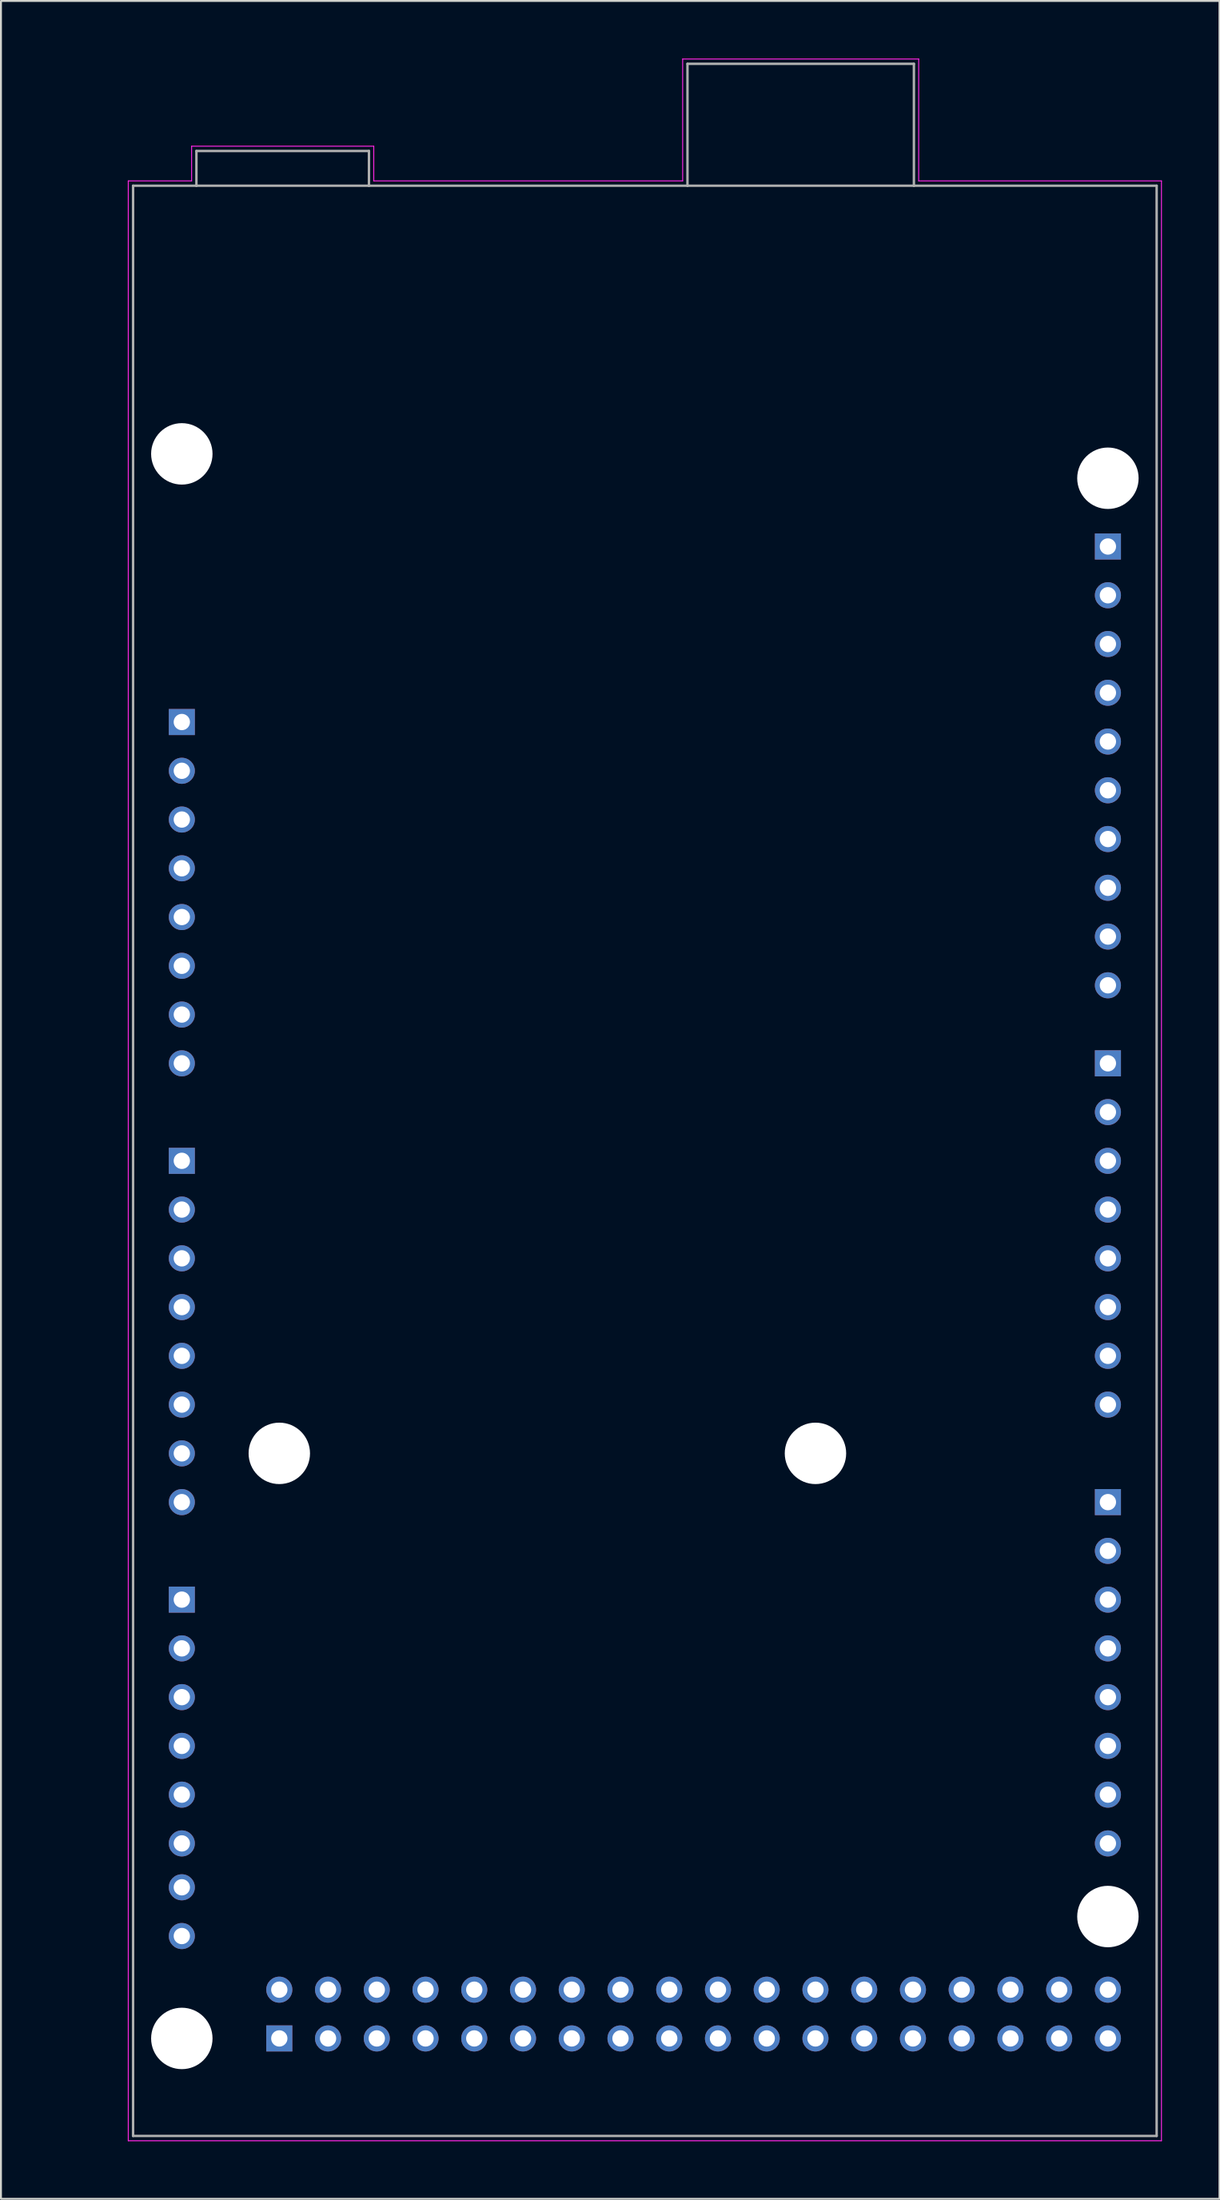
<source format=kicad_pcb>
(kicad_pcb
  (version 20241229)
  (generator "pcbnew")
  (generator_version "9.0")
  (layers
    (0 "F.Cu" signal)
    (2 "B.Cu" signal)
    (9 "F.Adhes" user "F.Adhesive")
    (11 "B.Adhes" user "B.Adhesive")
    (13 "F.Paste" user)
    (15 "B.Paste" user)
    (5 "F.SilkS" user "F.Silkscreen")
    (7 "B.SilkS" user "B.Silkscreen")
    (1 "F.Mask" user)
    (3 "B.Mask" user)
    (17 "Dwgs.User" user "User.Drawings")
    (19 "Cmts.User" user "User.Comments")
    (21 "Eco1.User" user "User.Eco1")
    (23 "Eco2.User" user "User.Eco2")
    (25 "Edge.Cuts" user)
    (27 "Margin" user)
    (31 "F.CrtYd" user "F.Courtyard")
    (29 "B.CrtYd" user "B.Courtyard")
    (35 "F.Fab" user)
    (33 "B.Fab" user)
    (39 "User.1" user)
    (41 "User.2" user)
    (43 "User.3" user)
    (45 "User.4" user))
  (footprint "ARDUINO_A000067"
    (layer "F.Cu")
    (at 30.555 57.425)
    (property "Reference" "ARDUINO_A000067" (at -23.525 -53.945 0) (layer "User.1") (effects (font (size 1 1) (thickness 0.15))))
    (attr through_hole)
    (fp_line (start -26.92 -51.05) (end -23.62 -51.05) (stroke (width 0.05) (type solid)) (layer "F.CrtYd"))
    (fp_line (start -26.92 51.05) (end -26.92 -51.05) (stroke (width 0.05) (type solid)) (layer "F.CrtYd"))
    (fp_line (start -23.62 -52.86) (end -14.128 -52.86) (stroke (width 0.05) (type solid)) (layer "F.CrtYd"))
    (fp_line (start -23.62 -51.05) (end -23.62 -52.86) (stroke (width 0.05) (type solid)) (layer "F.CrtYd"))
    (fp_line (start -14.128 -52.86) (end -14.128 -51.05) (stroke (width 0.05) (type solid)) (layer "F.CrtYd"))
    (fp_line (start -14.128 -51.05) (end 1.97 -51.05) (stroke (width 0.05) (type solid)) (layer "F.CrtYd"))
    (fp_line (start 1.97 -57.4) (end 14.27 -57.4) (stroke (width 0.05) (type solid)) (layer "F.CrtYd"))
    (fp_line (start 1.97 -51.05) (end 1.97 -57.4) (stroke (width 0.05) (type solid)) (layer "F.CrtYd"))
    (fp_line (start 14.27 -57.4) (end 14.27 -51.05) (stroke (width 0.05) (type solid)) (layer "F.CrtYd"))
    (fp_line (start 14.27 -51.05) (end 26.92 -51.05) (stroke (width 0.05) (type solid)) (layer "F.CrtYd"))
    (fp_line (start 26.92 -51.05) (end 26.92 51.05) (stroke (width 0.05) (type solid)) (layer "F.CrtYd"))
    (fp_line (start 26.92 51.05) (end -26.92 51.05) (stroke (width 0.05) (type solid)) (layer "F.CrtYd"))
    (fp_line (start -26.67 -50.8) (end -23.37 -50.8) (stroke (width 0.127) (type solid)) (layer "F.Fab"))
    (fp_line (start -26.67 50.8) (end -26.67 -50.8) (stroke (width 0.127) (type solid)) (layer "F.Fab"))
    (fp_line (start -23.37 -52.61) (end -14.378 -52.61) (stroke (width 0.127) (type solid)) (layer "F.Fab"))
    (fp_line (start -23.37 -50.8) (end -23.37 -52.61) (stroke (width 0.127) (type solid)) (layer "F.Fab"))
    (fp_line (start -23.37 -50.8) (end -14.378 -50.8) (stroke (width 0.127) (type solid)) (layer "F.Fab"))
    (fp_line (start -14.378 -52.61) (end -14.378 -50.8) (stroke (width 0.127) (type solid)) (layer "F.Fab"))
    (fp_line (start -14.378 -50.8) (end 2.22 -50.8) (stroke (width 0.127) (type solid)) (layer "F.Fab"))
    (fp_line (start 2.22 -57.15) (end 2.22 -50.8) (stroke (width 0.127) (type solid)) (layer "F.Fab"))
    (fp_line (start 2.22 -50.8) (end 14.02 -50.8) (stroke (width 0.127) (type solid)) (layer "F.Fab"))
    (fp_line (start 14.02 -57.15) (end 2.22 -57.15) (stroke (width 0.127) (type solid)) (layer "F.Fab"))
    (fp_line (start 14.02 -50.8) (end 14.02 -57.15) (stroke (width 0.127) (type solid)) (layer "F.Fab"))
    (fp_line (start 14.02 -50.8) (end 26.67 -50.8) (stroke (width 0.127) (type solid)) (layer "F.Fab"))
    (fp_line (start 26.67 -50.8) (end 26.67 50.8) (stroke (width 0.127) (type solid)) (layer "F.Fab"))
    (fp_line (start 26.67 50.8) (end -26.67 50.8) (stroke (width 0.127) (type solid)) (layer "F.Fab"))
    (fp_line (start -26.67 -50.8) (end -23.37 -50.8) (stroke (width 0.127) (type solid)) (layer "User.1"))
    (fp_line (start -26.67 50.8) (end -26.67 -50.8) (stroke (width 0.127) (type solid)) (layer "User.1"))
    (fp_line (start -23.37 -52.61) (end -14.378 -52.61) (stroke (width 0.127) (type solid)) (layer "User.1"))
    (fp_line (start -23.37 -50.8) (end -23.37 -52.61) (stroke (width 0.127) (type solid)) (layer "User.1"))
    (fp_line (start -23.37 -50.8) (end -14.378 -50.8) (stroke (width 0.127) (type solid)) (layer "User.1"))
    (fp_line (start -14.378 -52.61) (end -14.378 -50.8) (stroke (width 0.127) (type solid)) (layer "User.1"))
    (fp_line (start -14.378 -50.8) (end 2.22 -50.8) (stroke (width 0.127) (type solid)) (layer "User.1"))
    (fp_line (start 2.22 -57.15) (end 2.22 -50.8) (stroke (width 0.127) (type solid)) (layer "User.1"))
    (fp_line (start 2.22 -50.8) (end 14.02 -50.8) (stroke (width 0.127) (type solid)) (layer "User.1"))
    (fp_line (start 14.02 -57.15) (end 2.22 -57.15) (stroke (width 0.127) (type solid)) (layer "User.1"))
    (fp_line (start 14.02 -50.8) (end 14.02 -57.15) (stroke (width 0.127) (type solid)) (layer "User.1"))
    (fp_line (start 14.02 -50.8) (end 26.67 -50.8) (stroke (width 0.127) (type solid)) (layer "User.1"))
    (fp_line (start 26.67 -50.8) (end 26.67 50.8) (stroke (width 0.127) (type solid)) (layer "User.1"))
    (fp_line (start 26.67 50.8) (end -26.67 50.8) (stroke (width 0.127) (type solid)) (layer "User.1"))
    (pad "" np_thru_hole circle (at -24.13 -36.83) (size 3.2 3.2) (drill 3.2) (layers "*.Cu" "*.Mask"))
    (pad "" np_thru_hole circle (at -24.13 45.72) (size 3.2 3.2) (drill 3.2) (layers "*.Cu" "*.Mask"))
    (pad "" np_thru_hole circle (at -19.05 15.24) (size 3.2 3.2) (drill 3.2) (layers "*.Cu" "*.Mask"))
    (pad "" np_thru_hole circle (at 8.89 15.24) (size 3.2 3.2) (drill 3.2) (layers "*.Cu" "*.Mask"))
    (pad "" np_thru_hole circle (at 24.13 -35.56) (size 3.2 3.2) (drill 3.2) (layers "*.Cu" "*.Mask"))
    (pad "" np_thru_hole circle (at 24.13 39.37) (size 3.2 3.2) (drill 3.2) (layers "*.Cu" "*.Mask"))
    (pad "0" thru_hole circle (at 24.13 12.7) (size 1.358 1.358) (drill 0.85) (layers "*.Cu" "*.Mask"))
    (pad "1" thru_hole circle (at 24.13 10.16) (size 1.358 1.358) (drill 0.85) (layers "*.Cu" "*.Mask"))
    (pad "2" thru_hole circle (at 24.13 7.62) (size 1.358 1.358) (drill 0.85) (layers "*.Cu" "*.Mask"))
    (pad "3" thru_hole circle (at 24.13 5.08) (size 1.358 1.358) (drill 0.85) (layers "*.Cu" "*.Mask"))
    (pad "3V3" thru_hole circle (at -24.13 -15.24) (size 1.358 1.358) (drill 0.85) (layers "*.Cu" "*.Mask"))
    (pad "4" thru_hole circle (at 24.13 2.54) (size 1.358 1.358) (drill 0.85) (layers "*.Cu" "*.Mask"))
    (pad "5" thru_hole circle (at 24.13 0) (size 1.358 1.358) (drill 0.85) (layers "*.Cu" "*.Mask"))
    (pad "5V_1" thru_hole circle (at -24.13 -12.7) (size 1.358 1.358) (drill 0.85) (layers "*.Cu" "*.Mask"))
    (pad "5V_2" thru_hole circle (at 24.13 43.18) (size 1.358 1.358) (drill 0.85) (layers "*.Cu" "*.Mask"))
    (pad "5V_3" thru_hole circle (at 24.13 45.72) (size 1.358 1.358) (drill 0.85) (layers "*.Cu" "*.Mask"))
    (pad "6" thru_hole circle (at 24.13 -2.54) (size 1.358 1.358) (drill 0.85) (layers "*.Cu" "*.Mask"))
    (pad "7" thru_hole rect (at 24.13 -5.08) (size 1.358 1.358) (drill 0.85) (layers "*.Cu" "*.Mask"))
    (pad "8" thru_hole circle (at 24.13 -9.144) (size 1.358 1.358) (drill 0.85) (layers "*.Cu" "*.Mask"))
    (pad "9" thru_hole circle (at 24.13 -11.684) (size 1.358 1.358) (drill 0.85) (layers "*.Cu" "*.Mask"))
    (pad "10" thru_hole circle (at 24.13 -14.224) (size 1.358 1.358) (drill 0.85) (layers "*.Cu" "*.Mask"))
    (pad "11" thru_hole circle (at 24.13 -16.764) (size 1.358 1.358) (drill 0.85) (layers "*.Cu" "*.Mask"))
    (pad "12" thru_hole circle (at 24.13 -19.304) (size 1.358 1.358) (drill 0.85) (layers "*.Cu" "*.Mask"))
    (pad "13" thru_hole circle (at 24.13 -21.844) (size 1.358 1.358) (drill 0.85) (layers "*.Cu" "*.Mask"))
    (pad "14" thru_hole rect (at 24.13 17.78) (size 1.358 1.358) (drill 0.85) (layers "*.Cu" "*.Mask"))
    (pad "15" thru_hole circle (at 24.13 20.32) (size 1.358 1.358) (drill 0.85) (layers "*.Cu" "*.Mask"))
    (pad "16" thru_hole circle (at 24.13 22.86) (size 1.358 1.358) (drill 0.85) (layers "*.Cu" "*.Mask"))
    (pad "17" thru_hole circle (at 24.13 25.4) (size 1.358 1.358) (drill 0.85) (layers "*.Cu" "*.Mask"))
    (pad "18" thru_hole circle (at 24.13 27.94) (size 1.358 1.358) (drill 0.85) (layers "*.Cu" "*.Mask"))
    (pad "19" thru_hole circle (at 24.13 30.48) (size 1.358 1.358) (drill 0.85) (layers "*.Cu" "*.Mask"))
    (pad "20" thru_hole circle (at 24.13 33.02) (size 1.358 1.358) (drill 0.85) (layers "*.Cu" "*.Mask"))
    (pad "21" thru_hole circle (at 24.13 35.56) (size 1.358 1.358) (drill 0.85) (layers "*.Cu" "*.Mask"))
    (pad "22" thru_hole circle (at 21.59 43.18) (size 1.358 1.358) (drill 0.85) (layers "*.Cu" "*.Mask"))
    (pad "23" thru_hole circle (at 21.59 45.72) (size 1.358 1.358) (drill 0.85) (layers "*.Cu" "*.Mask"))
    (pad "24" thru_hole circle (at 19.05 43.18) (size 1.358 1.358) (drill 0.85) (layers "*.Cu" "*.Mask"))
    (pad "25" thru_hole circle (at 19.05 45.72) (size 1.358 1.358) (drill 0.85) (layers "*.Cu" "*.Mask"))
    (pad "26" thru_hole circle (at 16.51 43.18) (size 1.358 1.358) (drill 0.85) (layers "*.Cu" "*.Mask"))
    (pad "27" thru_hole circle (at 16.51 45.72) (size 1.358 1.358) (drill 0.85) (layers "*.Cu" "*.Mask"))
    (pad "28" thru_hole circle (at 13.97 43.18) (size 1.358 1.358) (drill 0.85) (layers "*.Cu" "*.Mask"))
    (pad "29" thru_hole circle (at 13.97 45.72) (size 1.358 1.358) (drill 0.85) (layers "*.Cu" "*.Mask"))
    (pad "30" thru_hole circle (at 11.43 43.18) (size 1.358 1.358) (drill 0.85) (layers "*.Cu" "*.Mask"))
    (pad "31" thru_hole circle (at 11.43 45.72) (size 1.358 1.358) (drill 0.85) (layers "*.Cu" "*.Mask"))
    (pad "32" thru_hole circle (at 8.89 43.18) (size 1.358 1.358) (drill 0.85) (layers "*.Cu" "*.Mask"))
    (pad "33" thru_hole circle (at 8.89 45.72) (size 1.358 1.358) (drill 0.85) (layers "*.Cu" "*.Mask"))
    (pad "34" thru_hole circle (at 6.35 43.18) (size 1.358 1.358) (drill 0.85) (layers "*.Cu" "*.Mask"))
    (pad "35" thru_hole circle (at 6.35 45.72) (size 1.358 1.358) (drill 0.85) (layers "*.Cu" "*.Mask"))
    (pad "36" thru_hole circle (at 3.81 43.18) (size 1.358 1.358) (drill 0.85) (layers "*.Cu" "*.Mask"))
    (pad "37" thru_hole circle (at 3.81 45.72) (size 1.358 1.358) (drill 0.85) (layers "*.Cu" "*.Mask"))
    (pad "38" thru_hole circle (at 1.27 43.18) (size 1.358 1.358) (drill 0.85) (layers "*.Cu" "*.Mask"))
    (pad "39" thru_hole circle (at 1.27 45.72) (size 1.358 1.358) (drill 0.85) (layers "*.Cu" "*.Mask"))
    (pad "40" thru_hole circle (at -1.27 43.18) (size 1.358 1.358) (drill 0.85) (layers "*.Cu" "*.Mask"))
    (pad "41" thru_hole circle (at -1.27 45.72) (size 1.358 1.358) (drill 0.85) (layers "*.Cu" "*.Mask"))
    (pad "42" thru_hole circle (at -3.81 43.18) (size 1.358 1.358) (drill 0.85) (layers "*.Cu" "*.Mask"))
    (pad "43" thru_hole circle (at -3.81 45.72) (size 1.358 1.358) (drill 0.85) (layers "*.Cu" "*.Mask"))
    (pad "44" thru_hole circle (at -6.35 43.18) (size 1.358 1.358) (drill 0.85) (layers "*.Cu" "*.Mask"))
    (pad "45" thru_hole circle (at -6.35 45.72) (size 1.358 1.358) (drill 0.85) (layers "*.Cu" "*.Mask"))
    (pad "46" thru_hole circle (at -8.89 43.18) (size 1.358 1.358) (drill 0.85) (layers "*.Cu" "*.Mask"))
    (pad "47" thru_hole circle (at -8.89 45.72) (size 1.358 1.358) (drill 0.85) (layers "*.Cu" "*.Mask"))
    (pad "48" thru_hole circle (at -11.43 43.18) (size 1.358 1.358) (drill 0.85) (layers "*.Cu" "*.Mask"))
    (pad "49" thru_hole circle (at -11.43 45.72) (size 1.358 1.358) (drill 0.85) (layers "*.Cu" "*.Mask"))
    (pad "50" thru_hole circle (at -13.97 43.18) (size 1.358 1.358) (drill 0.85) (layers "*.Cu" "*.Mask"))
    (pad "51" thru_hole circle (at -13.97 45.72) (size 1.358 1.358) (drill 0.85) (layers "*.Cu" "*.Mask"))
    (pad "52" thru_hole circle (at -16.51 43.18) (size 1.358 1.358) (drill 0.85) (layers "*.Cu" "*.Mask"))
    (pad "53" thru_hole circle (at -16.51 45.72) (size 1.358 1.358) (drill 0.85) (layers "*.Cu" "*.Mask"))
    (pad "AD0" thru_hole rect (at -24.13 0) (size 1.358 1.358) (drill 0.85) (layers "*.Cu" "*.Mask"))
    (pad "AD1" thru_hole circle (at -24.13 2.54) (size 1.358 1.358) (drill 0.85) (layers "*.Cu" "*.Mask"))
    (pad "AD2" thru_hole circle (at -24.13 5.08) (size 1.358 1.358) (drill 0.85) (layers "*.Cu" "*.Mask"))
    (pad "AD3" thru_hole circle (at -24.13 7.62) (size 1.358 1.358) (drill 0.85) (layers "*.Cu" "*.Mask"))
    (pad "AD4" thru_hole circle (at -24.13 10.16) (size 1.358 1.358) (drill 0.85) (layers "*.Cu" "*.Mask"))
    (pad "AD5" thru_hole circle (at -24.13 12.7) (size 1.358 1.358) (drill 0.85) (layers "*.Cu" "*.Mask"))
    (pad "AD6" thru_hole circle (at -24.13 15.24) (size 1.358 1.358) (drill 0.85) (layers "*.Cu" "*.Mask"))
    (pad "AD7" thru_hole circle (at -24.13 17.78) (size 1.358 1.358) (drill 0.85) (layers "*.Cu" "*.Mask"))
    (pad "AD8" thru_hole rect (at -24.13 22.86) (size 1.358 1.358) (drill 0.85) (layers "*.Cu" "*.Mask"))
    (pad "AD9" thru_hole circle (at -24.13 25.4) (size 1.358 1.358) (drill 0.85) (layers "*.Cu" "*.Mask"))
    (pad "AD10" thru_hole circle (at -24.13 27.94) (size 1.358 1.358) (drill 0.85) (layers "*.Cu" "*.Mask"))
    (pad "AD11" thru_hole circle (at -24.13 30.48) (size 1.358 1.358) (drill 0.85) (layers "*.Cu" "*.Mask"))
    (pad "AD12" thru_hole circle (at -24.13 33.02) (size 1.358 1.358) (drill 0.85) (layers "*.Cu" "*.Mask"))
    (pad "AD13" thru_hole circle (at -24.13 35.56) (size 1.358 1.358) (drill 0.85) (layers "*.Cu" "*.Mask"))
    (pad "AD14" thru_hole circle (at -24.13 37.846) (size 1.358 1.358) (drill 0.85) (layers "*.Cu" "*.Mask"))
    (pad "AD15" thru_hole circle (at -24.13 40.386) (size 1.358 1.358) (drill 0.85) (layers "*.Cu" "*.Mask"))
    (pad "AREF" thru_hole circle (at 24.13 -26.924) (size 1.358 1.358) (drill 0.85) (layers "*.Cu" "*.Mask"))
    (pad "GND1" thru_hole circle (at -24.13 -10.16) (size 1.358 1.358) (drill 0.85) (layers "*.Cu" "*.Mask"))
    (pad "GND2" thru_hole circle (at -24.13 -7.62) (size 1.358 1.358) (drill 0.85) (layers "*.Cu" "*.Mask"))
    (pad "GND3" thru_hole circle (at 24.13 -24.384) (size 1.358 1.358) (drill 0.85) (layers "*.Cu" "*.Mask"))
    (pad "GND4" thru_hole circle (at -19.05 43.18) (size 1.358 1.358) (drill 0.85) (layers "*.Cu" "*.Mask"))
    (pad "GND5" thru_hole rect (at -19.05 45.72) (size 1.358 1.358) (drill 0.85) (layers "*.Cu" "*.Mask"))
    (pad "IOREF" thru_hole circle (at -24.13 -20.32) (size 1.358 1.358) (drill 0.85) (layers "*.Cu" "*.Mask"))
    (pad "NC" thru_hole rect (at -24.13 -22.86) (size 1.358 1.358) (drill 0.85) (layers "*.Cu" "*.Mask"))
    (pad "RESET" thru_hole circle (at -24.13 -17.78) (size 1.358 1.358) (drill 0.85) (layers "*.Cu" "*.Mask"))
    (pad "SCL" thru_hole rect (at 24.13 -32.004) (size 1.358 1.358) (drill 0.85) (layers "*.Cu" "*.Mask"))
    (pad "SDA" thru_hole circle (at 24.13 -29.464) (size 1.358 1.358) (drill 0.85) (layers "*.Cu" "*.Mask"))
    (pad "VIN" thru_hole circle (at -24.13 -5.08) (size 1.358 1.358) (drill 0.85) (layers "*.Cu" "*.Mask")))
  (gr_rect
    (start -3 -3)
    (end 60.5 111.5)
    (stroke (width 0.1) (type default))
    (fill no)
    (layer "Edge.Cuts")))
</source>
